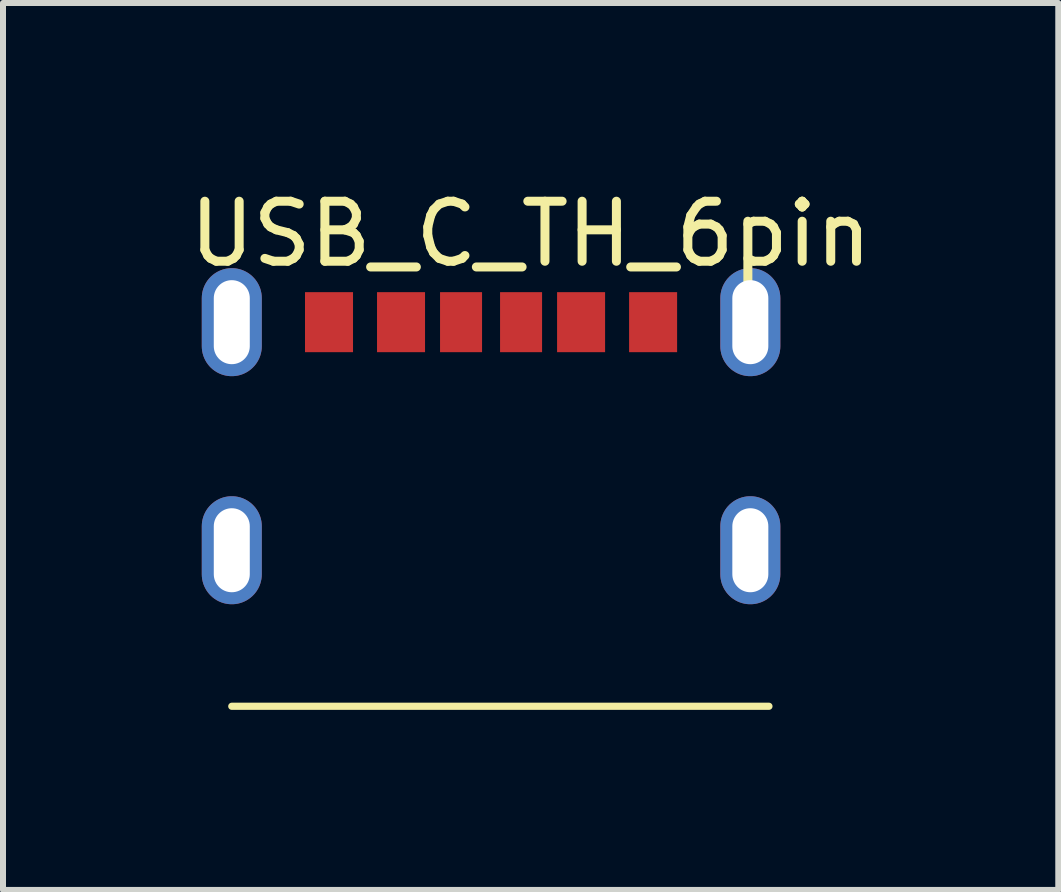
<source format=kicad_pcb>
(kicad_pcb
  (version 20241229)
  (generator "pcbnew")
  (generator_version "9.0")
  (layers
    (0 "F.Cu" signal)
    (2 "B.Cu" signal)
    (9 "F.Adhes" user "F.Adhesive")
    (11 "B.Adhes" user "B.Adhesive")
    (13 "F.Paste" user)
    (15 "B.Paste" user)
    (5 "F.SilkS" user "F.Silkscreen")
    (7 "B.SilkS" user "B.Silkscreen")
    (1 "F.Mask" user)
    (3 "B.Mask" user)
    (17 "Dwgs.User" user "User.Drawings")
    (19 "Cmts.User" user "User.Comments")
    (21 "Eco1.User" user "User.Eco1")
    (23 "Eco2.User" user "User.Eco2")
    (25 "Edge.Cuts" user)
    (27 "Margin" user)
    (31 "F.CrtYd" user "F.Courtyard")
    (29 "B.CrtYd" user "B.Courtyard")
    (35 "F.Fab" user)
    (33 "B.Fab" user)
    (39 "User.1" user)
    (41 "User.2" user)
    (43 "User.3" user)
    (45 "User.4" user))
  (footprint "USB_C_TH_6pin"
    (layer "F.Cu")
    (at 0.812 2.318)
    (property "Reference" "USB_C_TH_6pin" (at 4.98 -1.47 0) (layer "F.SilkS") (effects (font (size 1 1) (thickness 0.15))))
    (attr through_hole)
    (fp_line (start 0 6.4) (end 8.95 6.4) (stroke (width 0.12) (type solid)) (layer "F.SilkS"))
    (pad "1" thru_hole oval (at 0 0) (size 1 1.8) (drill oval 0.6 1.4) (layers "*.Cu" "*.Mask"))
    (pad "1" thru_hole oval (at 0 3.8) (size 1 1.8) (drill oval 0.6 1.4) (layers "*.Cu" "*.Mask"))
    (pad "1" thru_hole oval (at 8.64 0) (size 1 1.8) (drill oval 0.6 1.4) (layers "*.Cu" "*.Mask"))
    (pad "1" thru_hole oval (at 8.64 3.8) (size 1 1.8) (drill oval 0.6 1.4) (layers "*.Cu" "*.Mask"))
    (pad "A5" smd rect (at 3.82 0) (size 0.7 1) (layers "F.Cu" "F.Mask" "F.Paste"))
    (pad "A9" smd rect (at 5.82 0) (size 0.8 1) (layers "F.Cu" "F.Mask" "F.Paste"))
    (pad "A12" smd rect (at 7.02 0) (size 0.8 1) (layers "F.Cu" "F.Mask" "F.Paste"))
    (pad "B5" smd rect (at 4.82 0) (size 0.7 1) (layers "F.Cu" "F.Mask" "F.Paste"))
    (pad "B9" smd rect (at 2.82 0) (size 0.8 1) (layers "F.Cu" "F.Mask" "F.Paste"))
    (pad "B12" smd rect (at 1.62 0) (size 0.8 1) (layers "F.Cu" "F.Mask" "F.Paste")))
  (gr_rect
    (start -3 -3)
    (end 14.583 11.778)
    (stroke (width 0.1) (type default))
    (fill no)
    (layer "Edge.Cuts")))
</source>
